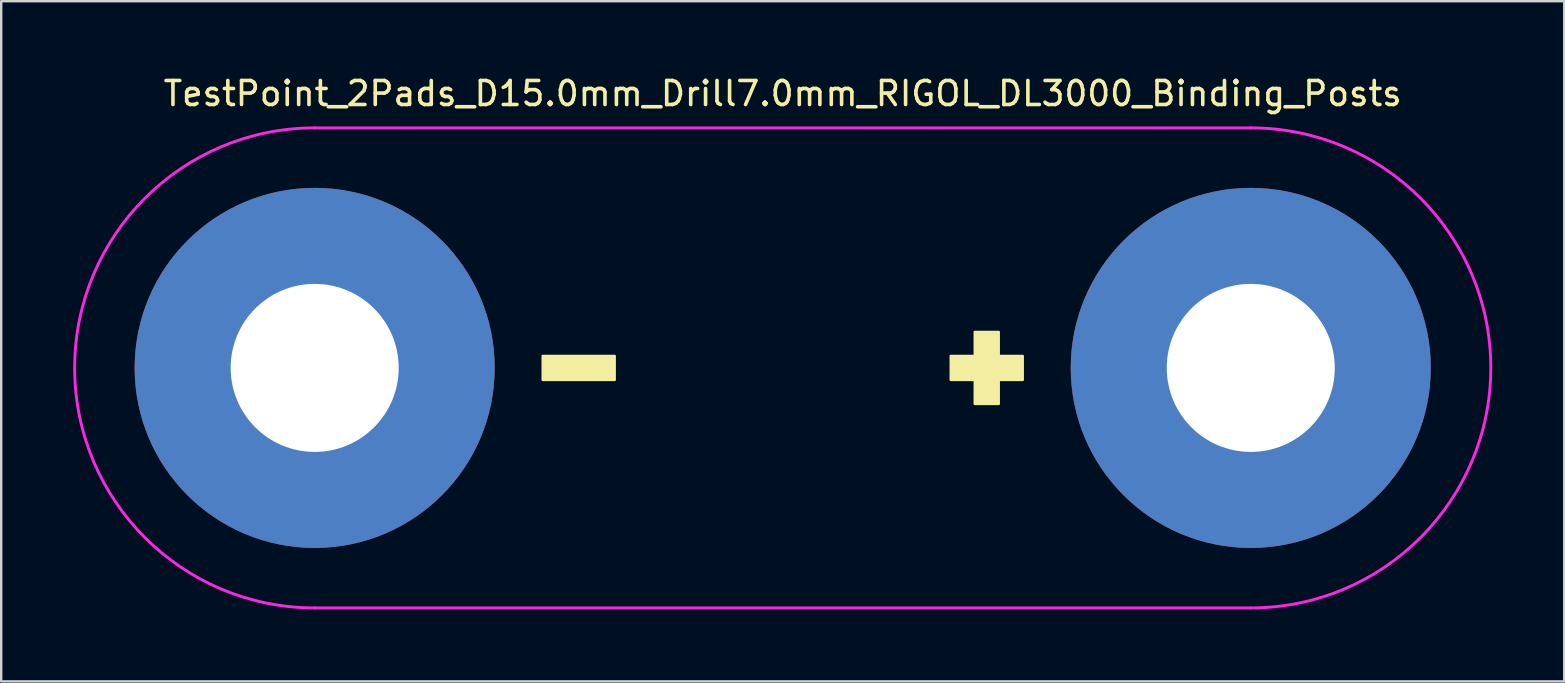
<source format=kicad_pcb>
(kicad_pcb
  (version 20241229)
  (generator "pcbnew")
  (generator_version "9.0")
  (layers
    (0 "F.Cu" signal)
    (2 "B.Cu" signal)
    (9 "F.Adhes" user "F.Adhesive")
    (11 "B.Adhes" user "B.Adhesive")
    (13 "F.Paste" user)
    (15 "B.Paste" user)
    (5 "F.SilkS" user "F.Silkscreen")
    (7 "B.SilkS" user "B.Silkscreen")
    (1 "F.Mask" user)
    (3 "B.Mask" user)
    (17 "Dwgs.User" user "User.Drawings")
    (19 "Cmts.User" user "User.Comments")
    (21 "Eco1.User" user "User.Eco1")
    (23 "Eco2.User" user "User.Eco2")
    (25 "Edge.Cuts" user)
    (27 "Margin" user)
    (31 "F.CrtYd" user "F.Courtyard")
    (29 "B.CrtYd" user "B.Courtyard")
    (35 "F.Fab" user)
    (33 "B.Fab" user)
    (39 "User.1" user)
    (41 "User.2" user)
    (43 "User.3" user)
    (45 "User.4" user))
  (footprint "TestPoint_2Pads_D15.0mm_Drill7.0mm_RIGOL_DL3000_Binding_Posts"
    (layer "F.Cu")
    (at 29.56 12.278)
    (property "Reference" "TestPoint_2Pads_D15.0mm_Drill7.0mm_RIGOL_DL3000_Binding_Posts" (at 0 -11.43 0) (layer "F.SilkS") (effects (font (size 1 1) (thickness 0.15))))
    (attr through_hole)
    (fp_poly (pts (xy -7 0.5) (xy -10 0.5) (xy -10 -0.5) (xy -7 -0.5)) (stroke (width 0.1) (type solid)) (fill yes) (layer "F.SilkS"))
    (fp_poly (pts (xy 9 -0.5) (xy 10 -0.5) (xy 10 0.5) (xy 9 0.5) (xy 9 1.5) (xy 8 1.5) (xy 8 0.5) (xy 7 0.5) (xy 7 -0.5) (xy 8 -0.5) (xy 8 -1.5) (xy 9 -1.5)) (stroke (width 0.1) (type solid)) (fill yes) (layer "F.SilkS"))
    (fp_line (start -19.5 -10) (end 19.5 -10) (stroke (width 0.12) (type solid)) (layer "F.CrtYd"))
    (fp_line (start -19.5 10) (end 19.5 10) (stroke (width 0.12) (type solid)) (layer "F.CrtYd"))
    (fp_arc (start -19.5 10) (mid -29.5 0) (end -19.5 -10) (stroke (width 0.12) (type solid)) (layer "F.CrtYd"))
    (fp_arc (start 19.5 -10) (mid 29.5 0) (end 19.5 10) (stroke (width 0.12) (type solid)) (layer "F.CrtYd"))
    (pad "1" thru_hole circle (at -19.5 0) (size 15 15) (drill 7) (layers "*.Cu" "*.Mask"))
    (pad "2" thru_hole circle (at 19.5 0) (size 15 15) (drill 7) (layers "*.Cu" "*.Mask")))
  (gr_rect
    (start -3 -3)
    (end 62.12 25.338)
    (stroke (width 0.1) (type default))
    (fill no)
    (layer "Edge.Cuts")))
</source>
